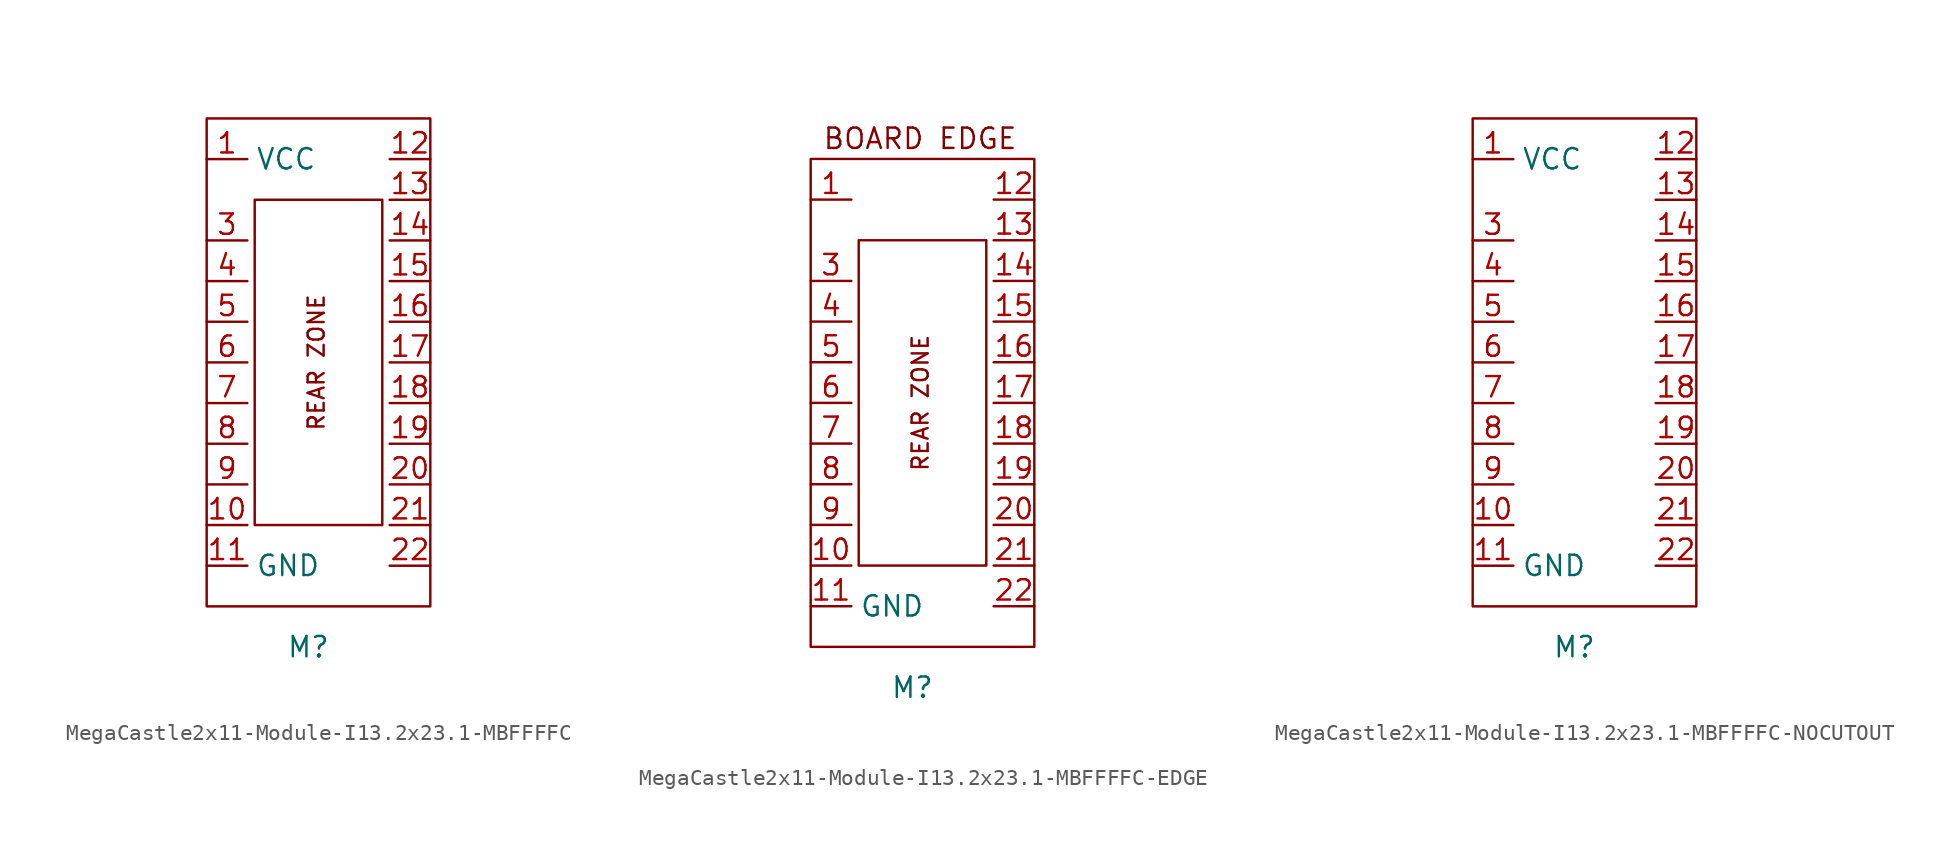
<source format=kicad_sym>
(kicad_symbol_lib
  (version 20231120)
  (generator "kicad_symbol_editor")
  (generator_version "8.0")
  (symbol "MegaCastle2x11-Module-I13.2x23.1-MBFFFFC"
    (property "Reference" "M"
      (at 0 -17.78 0)
      (effects (font (size 1.27 1.27))))
    (property "Value" ""
      (at 0 5.08 0)
      (effects (font (size 1.27 1.27))))
    (symbol "MegaCastle2x11-Module-I13.2x23.1-MBFFFFC_0_1"
      (rectangle (start -6.35 15.24) (end 7.62 -15.24) (stroke (width 0) (type default)) (fill (type none)))
      (rectangle (start -3.35 10.16) (end 4.62 -10.16) (stroke (width 0) (type default)) (fill (type none))))
    (symbol "MegaCastle2x11-Module-I13.2x23.1-MBFFFFC_1_1"
      (text "REAR ZONE" (at 0.5 0 900) (effects (font (size 1 1))))
      (pin bidirectional line (at -6.35 12.7 0) (length 2.54) (name "VCC" (effects (font (size 1.27 1.27)))) (number "1" (effects (font (size 1.27 1.27)))))
      (pin bidirectional line (at -6.35 -10.16 0) (length 2.54) (name "" (effects (font (size 1.27 1.27)))) (number "10" (effects (font (size 1.27 1.27)))))
      (pin bidirectional line (at -6.35 -12.7 0) (length 2.54) (name "GND" (effects (font (size 1.27 1.27)))) (number "11" (effects (font (size 1.27 1.27)))))
      (pin bidirectional line (at 7.62 12.7 180) (length 2.54) (name "" (effects (font (size 1.27 1.27)))) (number "12" (effects (font (size 1.27 1.27)))))
      (pin bidirectional line (at 7.62 10.16 180) (length 2.54) (name "" (effects (font (size 1.27 1.27)))) (number "13" (effects (font (size 1.27 1.27)))))
      (pin bidirectional line (at 7.62 7.62 180) (length 2.54) (name "" (effects (font (size 1.27 1.27)))) (number "14" (effects (font (size 1.27 1.27)))))
      (pin bidirectional line (at 7.62 5.08 180) (length 2.54) (name "" (effects (font (size 1.27 1.27)))) (number "15" (effects (font (size 1.27 1.27)))))
      (pin bidirectional line (at 7.62 2.54 180) (length 2.54) (name "" (effects (font (size 1.27 1.27)))) (number "16" (effects (font (size 1.27 1.27)))))
      (pin bidirectional line (at 7.62 0 180) (length 2.54) (name "" (effects (font (size 1.27 1.27)))) (number "17" (effects (font (size 1.27 1.27)))))
      (pin bidirectional line (at 7.62 -2.54 180) (length 2.54) (name "" (effects (font (size 1.27 1.27)))) (number "18" (effects (font (size 1.27 1.27)))))
      (pin bidirectional line (at 7.62 -5.08 180) (length 2.54) (name "" (effects (font (size 1.27 1.27)))) (number "19" (effects (font (size 1.27 1.27)))))
      (pin bidirectional line (at 7.62 -7.62 180) (length 2.54) (name "" (effects (font (size 1.27 1.27)))) (number "20" (effects (font (size 1.27 1.27)))))
      (pin bidirectional line (at 7.62 -10.16 180) (length 2.54) (name "" (effects (font (size 1.27 1.27)))) (number "21" (effects (font (size 1.27 1.27)))))
      (pin bidirectional line (at 7.62 -12.7 180) (length 2.54) (name "" (effects (font (size 1.27 1.27)))) (number "22" (effects (font (size 1.27 1.27)))))
      (pin bidirectional line (at -6.35 7.62 0) (length 2.54) (name "" (effects (font (size 1.27 1.27)))) (number "3" (effects (font (size 1.27 1.27)))))
      (pin bidirectional line (at -6.35 5.08 0) (length 2.54) (name "" (effects (font (size 1.27 1.27)))) (number "4" (effects (font (size 1.27 1.27)))))
      (pin bidirectional line (at -6.35 2.54 0) (length 2.54) (name "" (effects (font (size 1.27 1.27)))) (number "5" (effects (font (size 1.27 1.27)))))
      (pin bidirectional line (at -6.35 0 0) (length 2.54) (name "" (effects (font (size 1.27 1.27)))) (number "6" (effects (font (size 1.27 1.27)))))
      (pin bidirectional line (at -6.35 -2.54 0) (length 2.54) (name "" (effects (font (size 1.27 1.27)))) (number "7" (effects (font (size 1.27 1.27)))))
      (pin bidirectional line (at -6.35 -5.08 0) (length 2.54) (name "" (effects (font (size 1.27 1.27)))) (number "8" (effects (font (size 1.27 1.27)))))
      (pin bidirectional line (at -6.35 -7.62 0) (length 2.54) (name "" (effects (font (size 1.27 1.27)))) (number "9" (effects (font (size 1.27 1.27)))))))
  (symbol "MegaCastle2x11-Module-I13.2x23.1-MBFFFFC-EDGE"
    (property "Reference" "M"
      (at 0 -17.78 0)
      (effects (font (size 1.27 1.27))))
    (property "Value" ""
      (at 0 5.08 0)
      (effects (font (size 1.27 1.27))))
    (symbol "MegaCastle2x11-Module-I13.2x23.1-MBFFFFC-EDGE_0_1"
      (rectangle (start -6.35 15.24) (end 7.62 -15.24) (stroke (width 0) (type default)) (fill (type none)))
      (rectangle (start -3.35 10.16) (end 4.62 -10.16) (stroke (width 0) (type default)) (fill (type none))))
    (symbol "MegaCastle2x11-Module-I13.2x23.1-MBFFFFC-EDGE_1_1"
      (text " BOARD EDGE" (at 0 16.51 0) (effects (font (size 1.27 1.27))))
      (text "REAR ZONE" (at 0.5 0 900) (effects (font (size 1 1))))
      (pin bidirectional line (at -6.35 12.7 0) (length 2.54) (name "" (effects (font (size 1.27 1.27)))) (number "1" (effects (font (size 1.27 1.27)))))
      (pin bidirectional line (at -6.35 -10.16 0) (length 2.54) (name "" (effects (font (size 1.27 1.27)))) (number "10" (effects (font (size 1.27 1.27)))))
      (pin bidirectional line (at -6.35 -12.7 0) (length 2.54) (name "GND" (effects (font (size 1.27 1.27)))) (number "11" (effects (font (size 1.27 1.27)))))
      (pin bidirectional line (at 7.62 12.7 180) (length 2.54) (name "" (effects (font (size 1.27 1.27)))) (number "12" (effects (font (size 1.27 1.27)))))
      (pin bidirectional line (at 7.62 10.16 180) (length 2.54) (name "" (effects (font (size 1.27 1.27)))) (number "13" (effects (font (size 1.27 1.27)))))
      (pin bidirectional line (at 7.62 7.62 180) (length 2.54) (name "" (effects (font (size 1.27 1.27)))) (number "14" (effects (font (size 1.27 1.27)))))
      (pin bidirectional line (at 7.62 5.08 180) (length 2.54) (name "" (effects (font (size 1.27 1.27)))) (number "15" (effects (font (size 1.27 1.27)))))
      (pin bidirectional line (at 7.62 2.54 180) (length 2.54) (name "" (effects (font (size 1.27 1.27)))) (number "16" (effects (font (size 1.27 1.27)))))
      (pin bidirectional line (at 7.62 0 180) (length 2.54) (name "" (effects (font (size 1.27 1.27)))) (number "17" (effects (font (size 1.27 1.27)))))
      (pin bidirectional line (at 7.62 -2.54 180) (length 2.54) (name "" (effects (font (size 1.27 1.27)))) (number "18" (effects (font (size 1.27 1.27)))))
      (pin bidirectional line (at 7.62 -5.08 180) (length 2.54) (name "" (effects (font (size 1.27 1.27)))) (number "19" (effects (font (size 1.27 1.27)))))
      (pin bidirectional line (at 7.62 -7.62 180) (length 2.54) (name "" (effects (font (size 1.27 1.27)))) (number "20" (effects (font (size 1.27 1.27)))))
      (pin bidirectional line (at 7.62 -10.16 180) (length 2.54) (name "" (effects (font (size 1.27 1.27)))) (number "21" (effects (font (size 1.27 1.27)))))
      (pin bidirectional line (at 7.62 -12.7 180) (length 2.54) (name "" (effects (font (size 1.27 1.27)))) (number "22" (effects (font (size 1.27 1.27)))))
      (pin bidirectional line (at -6.35 7.62 0) (length 2.54) (name "" (effects (font (size 1.27 1.27)))) (number "3" (effects (font (size 1.27 1.27)))))
      (pin bidirectional line (at -6.35 5.08 0) (length 2.54) (name "" (effects (font (size 1.27 1.27)))) (number "4" (effects (font (size 1.27 1.27)))))
      (pin bidirectional line (at -6.35 2.54 0) (length 2.54) (name "" (effects (font (size 1.27 1.27)))) (number "5" (effects (font (size 1.27 1.27)))))
      (pin bidirectional line (at -6.35 0 0) (length 2.54) (name "" (effects (font (size 1.27 1.27)))) (number "6" (effects (font (size 1.27 1.27)))))
      (pin bidirectional line (at -6.35 -2.54 0) (length 2.54) (name "" (effects (font (size 1.27 1.27)))) (number "7" (effects (font (size 1.27 1.27)))))
      (pin bidirectional line (at -6.35 -5.08 0) (length 2.54) (name "" (effects (font (size 1.27 1.27)))) (number "8" (effects (font (size 1.27 1.27)))))
      (pin bidirectional line (at -6.35 -7.62 0) (length 2.54) (name "" (effects (font (size 1.27 1.27)))) (number "9" (effects (font (size 1.27 1.27)))))))
  (symbol "MegaCastle2x11-Module-I13.2x23.1-MBFFFFC-NOCUTOUT"
    (property "Reference" "M"
      (at 0 -17.78 0)
      (effects (font (size 1.27 1.27))))
    (property "Value" ""
      (at 0 5.08 0)
      (effects (font (size 1.27 1.27))))
    (symbol "MegaCastle2x11-Module-I13.2x23.1-MBFFFFC-NOCUTOUT_0_1"
      (rectangle (start -6.35 15.24) (end 7.62 -15.24) (stroke (width 0) (type default)) (fill (type none))))
    (symbol "MegaCastle2x11-Module-I13.2x23.1-MBFFFFC-NOCUTOUT_1_1"
      (pin bidirectional line (at -6.35 12.7 0) (length 2.54) (name "VCC" (effects (font (size 1.27 1.27)))) (number "1" (effects (font (size 1.27 1.27)))))
      (pin bidirectional line (at -6.35 -10.16 0) (length 2.54) (name "" (effects (font (size 1.27 1.27)))) (number "10" (effects (font (size 1.27 1.27)))))
      (pin bidirectional line (at -6.35 -12.7 0) (length 2.54) (name "GND" (effects (font (size 1.27 1.27)))) (number "11" (effects (font (size 1.27 1.27)))))
      (pin bidirectional line (at 7.62 12.7 180) (length 2.54) (name "" (effects (font (size 1.27 1.27)))) (number "12" (effects (font (size 1.27 1.27)))))
      (pin bidirectional line (at 7.62 10.16 180) (length 2.54) (name "" (effects (font (size 1.27 1.27)))) (number "13" (effects (font (size 1.27 1.27)))))
      (pin bidirectional line (at 7.62 7.62 180) (length 2.54) (name "" (effects (font (size 1.27 1.27)))) (number "14" (effects (font (size 1.27 1.27)))))
      (pin bidirectional line (at 7.62 5.08 180) (length 2.54) (name "" (effects (font (size 1.27 1.27)))) (number "15" (effects (font (size 1.27 1.27)))))
      (pin bidirectional line (at 7.62 2.54 180) (length 2.54) (name "" (effects (font (size 1.27 1.27)))) (number "16" (effects (font (size 1.27 1.27)))))
      (pin bidirectional line (at 7.62 0 180) (length 2.54) (name "" (effects (font (size 1.27 1.27)))) (number "17" (effects (font (size 1.27 1.27)))))
      (pin bidirectional line (at 7.62 -2.54 180) (length 2.54) (name "" (effects (font (size 1.27 1.27)))) (number "18" (effects (font (size 1.27 1.27)))))
      (pin bidirectional line (at 7.62 -5.08 180) (length 2.54) (name "" (effects (font (size 1.27 1.27)))) (number "19" (effects (font (size 1.27 1.27)))))
      (pin bidirectional line (at 7.62 -7.62 180) (length 2.54) (name "" (effects (font (size 1.27 1.27)))) (number "20" (effects (font (size 1.27 1.27)))))
      (pin bidirectional line (at 7.62 -10.16 180) (length 2.54) (name "" (effects (font (size 1.27 1.27)))) (number "21" (effects (font (size 1.27 1.27)))))
      (pin bidirectional line (at 7.62 -12.7 180) (length 2.54) (name "" (effects (font (size 1.27 1.27)))) (number "22" (effects (font (size 1.27 1.27)))))
      (pin bidirectional line (at -6.35 7.62 0) (length 2.54) (name "" (effects (font (size 1.27 1.27)))) (number "3" (effects (font (size 1.27 1.27)))))
      (pin bidirectional line (at -6.35 5.08 0) (length 2.54) (name "" (effects (font (size 1.27 1.27)))) (number "4" (effects (font (size 1.27 1.27)))))
      (pin bidirectional line (at -6.35 2.54 0) (length 2.54) (name "" (effects (font (size 1.27 1.27)))) (number "5" (effects (font (size 1.27 1.27)))))
      (pin bidirectional line (at -6.35 0 0) (length 2.54) (name "" (effects (font (size 1.27 1.27)))) (number "6" (effects (font (size 1.27 1.27)))))
      (pin bidirectional line (at -6.35 -2.54 0) (length 2.54) (name "" (effects (font (size 1.27 1.27)))) (number "7" (effects (font (size 1.27 1.27)))))
      (pin bidirectional line (at -6.35 -5.08 0) (length 2.54) (name "" (effects (font (size 1.27 1.27)))) (number "8" (effects (font (size 1.27 1.27)))))
      (pin bidirectional line (at -6.35 -7.62 0) (length 2.54) (name "" (effects (font (size 1.27 1.27)))) (number "9" (effects (font (size 1.27 1.27))))))))
</source>
